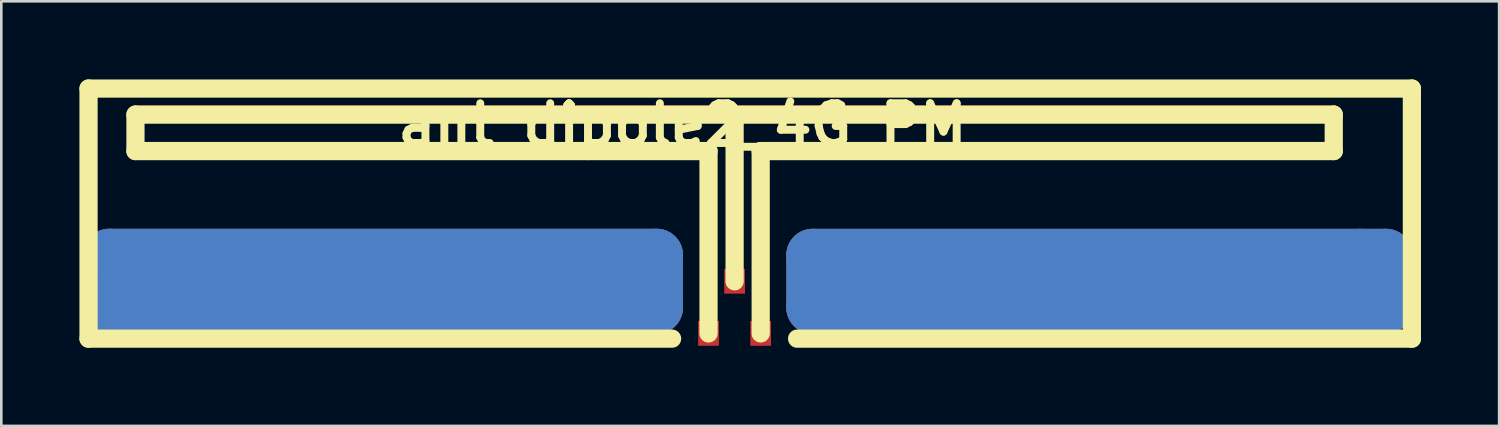
<source format=kicad_pcb>
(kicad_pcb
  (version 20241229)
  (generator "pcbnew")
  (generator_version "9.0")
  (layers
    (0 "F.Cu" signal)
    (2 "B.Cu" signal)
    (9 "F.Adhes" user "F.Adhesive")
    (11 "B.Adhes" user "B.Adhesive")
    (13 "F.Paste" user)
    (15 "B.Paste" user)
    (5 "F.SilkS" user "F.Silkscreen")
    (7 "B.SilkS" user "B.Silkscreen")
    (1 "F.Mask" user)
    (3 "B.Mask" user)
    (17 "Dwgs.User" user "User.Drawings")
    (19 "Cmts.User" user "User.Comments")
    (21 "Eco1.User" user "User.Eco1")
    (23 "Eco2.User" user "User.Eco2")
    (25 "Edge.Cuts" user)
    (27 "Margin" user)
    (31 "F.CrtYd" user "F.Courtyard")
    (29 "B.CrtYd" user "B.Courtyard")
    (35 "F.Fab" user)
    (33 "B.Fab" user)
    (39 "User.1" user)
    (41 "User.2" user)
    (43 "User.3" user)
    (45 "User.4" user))
  (footprint "ant_dipole2_4G_PM"
    (layer "F.Cu")
    (at 25.15 5.749)
    (property "Reference" "ant_dipole2_4G_PM" (at -1.999 -4 0) (layer "F.SilkS") (effects (font (size 1.524 1.524) (thickness 0.305))))
    (attr through_hole)
    (fp_line (start -24 1.001) (end -24 3) (stroke (width 2.032) (type solid)) (layer "F.Cu"))
    (fp_line (start -23.998 1.001) (end -2.997 1.001) (stroke (width 2.032) (type solid)) (layer "F.Cu"))
    (fp_line (start -23.998 3.002) (end -2.997 3.002) (stroke (width 2.032) (type solid)) (layer "F.Cu"))
    (fp_line (start -23 -4.501) (end -23 -3.749) (stroke (width 0.508) (type solid)) (layer "F.Cu"))
    (fp_line (start -23 -4.501) (end 0 -4.501) (stroke (width 0.508) (type solid)) (layer "F.Cu"))
    (fp_line (start -23 -3) (end -23 -4) (stroke (width 0.508) (type solid)) (layer "F.Cu"))
    (fp_line (start -23 -3) (end -1.001 -3) (stroke (width 0.508) (type solid)) (layer "F.Cu"))
    (fp_line (start -3 1.001) (end -3 3) (stroke (width 2.032) (type solid)) (layer "F.Cu"))
    (fp_line (start -1.001 -3) (end -1.001 1.001) (stroke (width 0.508) (type solid)) (layer "F.Cu"))
    (fp_line (start -1.001 1.001) (end -1.001 1.999) (stroke (width 0.508) (type solid)) (layer "F.Cu"))
    (fp_line (start -1.001 1.999) (end -1.001 4) (stroke (width 0.508) (type solid)) (layer "F.Cu"))
    (fp_line (start 0 -4.501) (end 0 -4) (stroke (width 0.203) (type solid)) (layer "F.Cu"))
    (fp_line (start 0 -4.501) (end 23 -4.501) (stroke (width 0.508) (type solid)) (layer "F.Cu"))
    (fp_line (start 0 1.999) (end 0 -4) (stroke (width 0.203) (type solid)) (layer "F.Cu"))
    (fp_line (start 1.001 -3) (end 1.001 1.001) (stroke (width 0.508) (type solid)) (layer "F.Cu"))
    (fp_line (start 1.001 -3) (end 23 -3) (stroke (width 0.508) (type solid)) (layer "F.Cu"))
    (fp_line (start 1.001 1.001) (end 1.001 1.999) (stroke (width 0.508) (type solid)) (layer "F.Cu"))
    (fp_line (start 1.001 1.999) (end 1.001 4) (stroke (width 0.508) (type solid)) (layer "F.Cu"))
    (fp_line (start 3 1.001) (end 3 3) (stroke (width 2.032) (type solid)) (layer "F.Cu"))
    (fp_line (start 3.002 1.001) (end 24.003 1.001) (stroke (width 2.032) (type solid)) (layer "F.Cu"))
    (fp_line (start 3.002 3.002) (end 24.003 3.002) (stroke (width 2.032) (type solid)) (layer "F.Cu"))
    (fp_line (start 23 -4.501) (end 23 -4) (stroke (width 0.508) (type solid)) (layer "F.Cu"))
    (fp_line (start 23 -3) (end 23 -4) (stroke (width 0.508) (type solid)) (layer "F.Cu"))
    (fp_line (start 24 1.001) (end 25.001 1.001) (stroke (width 2.032) (type solid)) (layer "F.Cu"))
    (fp_line (start 25.001 1.001) (end 25.001 3) (stroke (width 2.032) (type solid)) (layer "F.Cu"))
    (fp_line (start 25.001 3) (end 24 3) (stroke (width 2.032) (type solid)) (layer "F.Cu"))
    (fp_line (start -24 0.998) (end -24 2.997) (stroke (width 2.032) (type solid)) (layer "B.Cu"))
    (fp_line (start -23.998 0.998) (end -2.997 0.998) (stroke (width 2.032) (type solid)) (layer "B.Cu"))
    (fp_line (start -23.998 3) (end -2.997 3) (stroke (width 2.032) (type solid)) (layer "B.Cu"))
    (fp_line (start -3 0.998) (end -3 2.997) (stroke (width 2.032) (type solid)) (layer "B.Cu"))
    (fp_line (start 3 1.001) (end 3 3) (stroke (width 2.032) (type solid)) (layer "B.Cu"))
    (fp_line (start 3.002 1.001) (end 24.003 1.001) (stroke (width 2.032) (type solid)) (layer "B.Cu"))
    (fp_line (start 3.002 3.002) (end 24.003 3.002) (stroke (width 2.032) (type solid)) (layer "B.Cu"))
    (fp_line (start 24 1.001) (end 25.001 1.001) (stroke (width 2.032) (type solid)) (layer "B.Cu"))
    (fp_line (start 25.001 1.001) (end 25.001 3) (stroke (width 2.032) (type solid)) (layer "B.Cu"))
    (fp_line (start 25.001 3) (end 24 3) (stroke (width 2.032) (type solid)) (layer "B.Cu"))
    (fp_line (start -24.801 -5.4) (end 25.999 -5.4) (stroke (width 0.699) (type solid)) (layer "F.SilkS"))
    (fp_line (start -24.801 4.201) (end -24.801 -5.4) (stroke (width 0.699) (type solid)) (layer "F.SilkS"))
    (fp_line (start -23 -4.399) (end -23 -3) (stroke (width 0.699) (type solid)) (layer "F.SilkS"))
    (fp_line (start -23 -3) (end -1.001 -3) (stroke (width 0.699) (type solid)) (layer "F.SilkS"))
    (fp_line (start -2.4 4.201) (end -24.801 4.201) (stroke (width 0.699) (type solid)) (layer "F.SilkS"))
    (fp_line (start -1.001 -3) (end -1.001 4) (stroke (width 0.699) (type solid)) (layer "F.SilkS"))
    (fp_line (start 0 1.999) (end 0 -4.399) (stroke (width 0.699) (type solid)) (layer "F.SilkS"))
    (fp_line (start 1.001 -3) (end 23 -3) (stroke (width 0.699) (type solid)) (layer "F.SilkS"))
    (fp_line (start 1.001 4) (end 1.001 -3) (stroke (width 0.699) (type solid)) (layer "F.SilkS"))
    (fp_line (start 23 -4.399) (end -23 -4.399) (stroke (width 0.699) (type solid)) (layer "F.SilkS"))
    (fp_line (start 23 -3) (end 23 -4.399) (stroke (width 0.699) (type solid)) (layer "F.SilkS"))
    (fp_line (start 25.999 -5.4) (end 25.999 4.201) (stroke (width 0.699) (type solid)) (layer "F.SilkS"))
    (fp_line (start 25.999 4.201) (end 2.4 4.201) (stroke (width 0.699) (type solid)) (layer "F.SilkS"))
    (pad "1" smd rect (at 0 1.999) (size 0.795 0.95) (layers "F.Cu" "F.Mask" "F.Paste"))
    (pad "2" smd rect (at -1.001 4) (size 0.795 0.95) (layers "F.Cu" "F.Mask" "F.Paste"))
    (pad "3" smd rect (at 1.001 4) (size 0.795 0.95) (layers "F.Cu" "F.Mask" "F.Paste")))
  (gr_rect
    (start -3 -3)
    (end 54.498 13.3)
    (stroke (width 0.1) (type default))
    (fill no)
    (layer "Edge.Cuts")))
</source>
